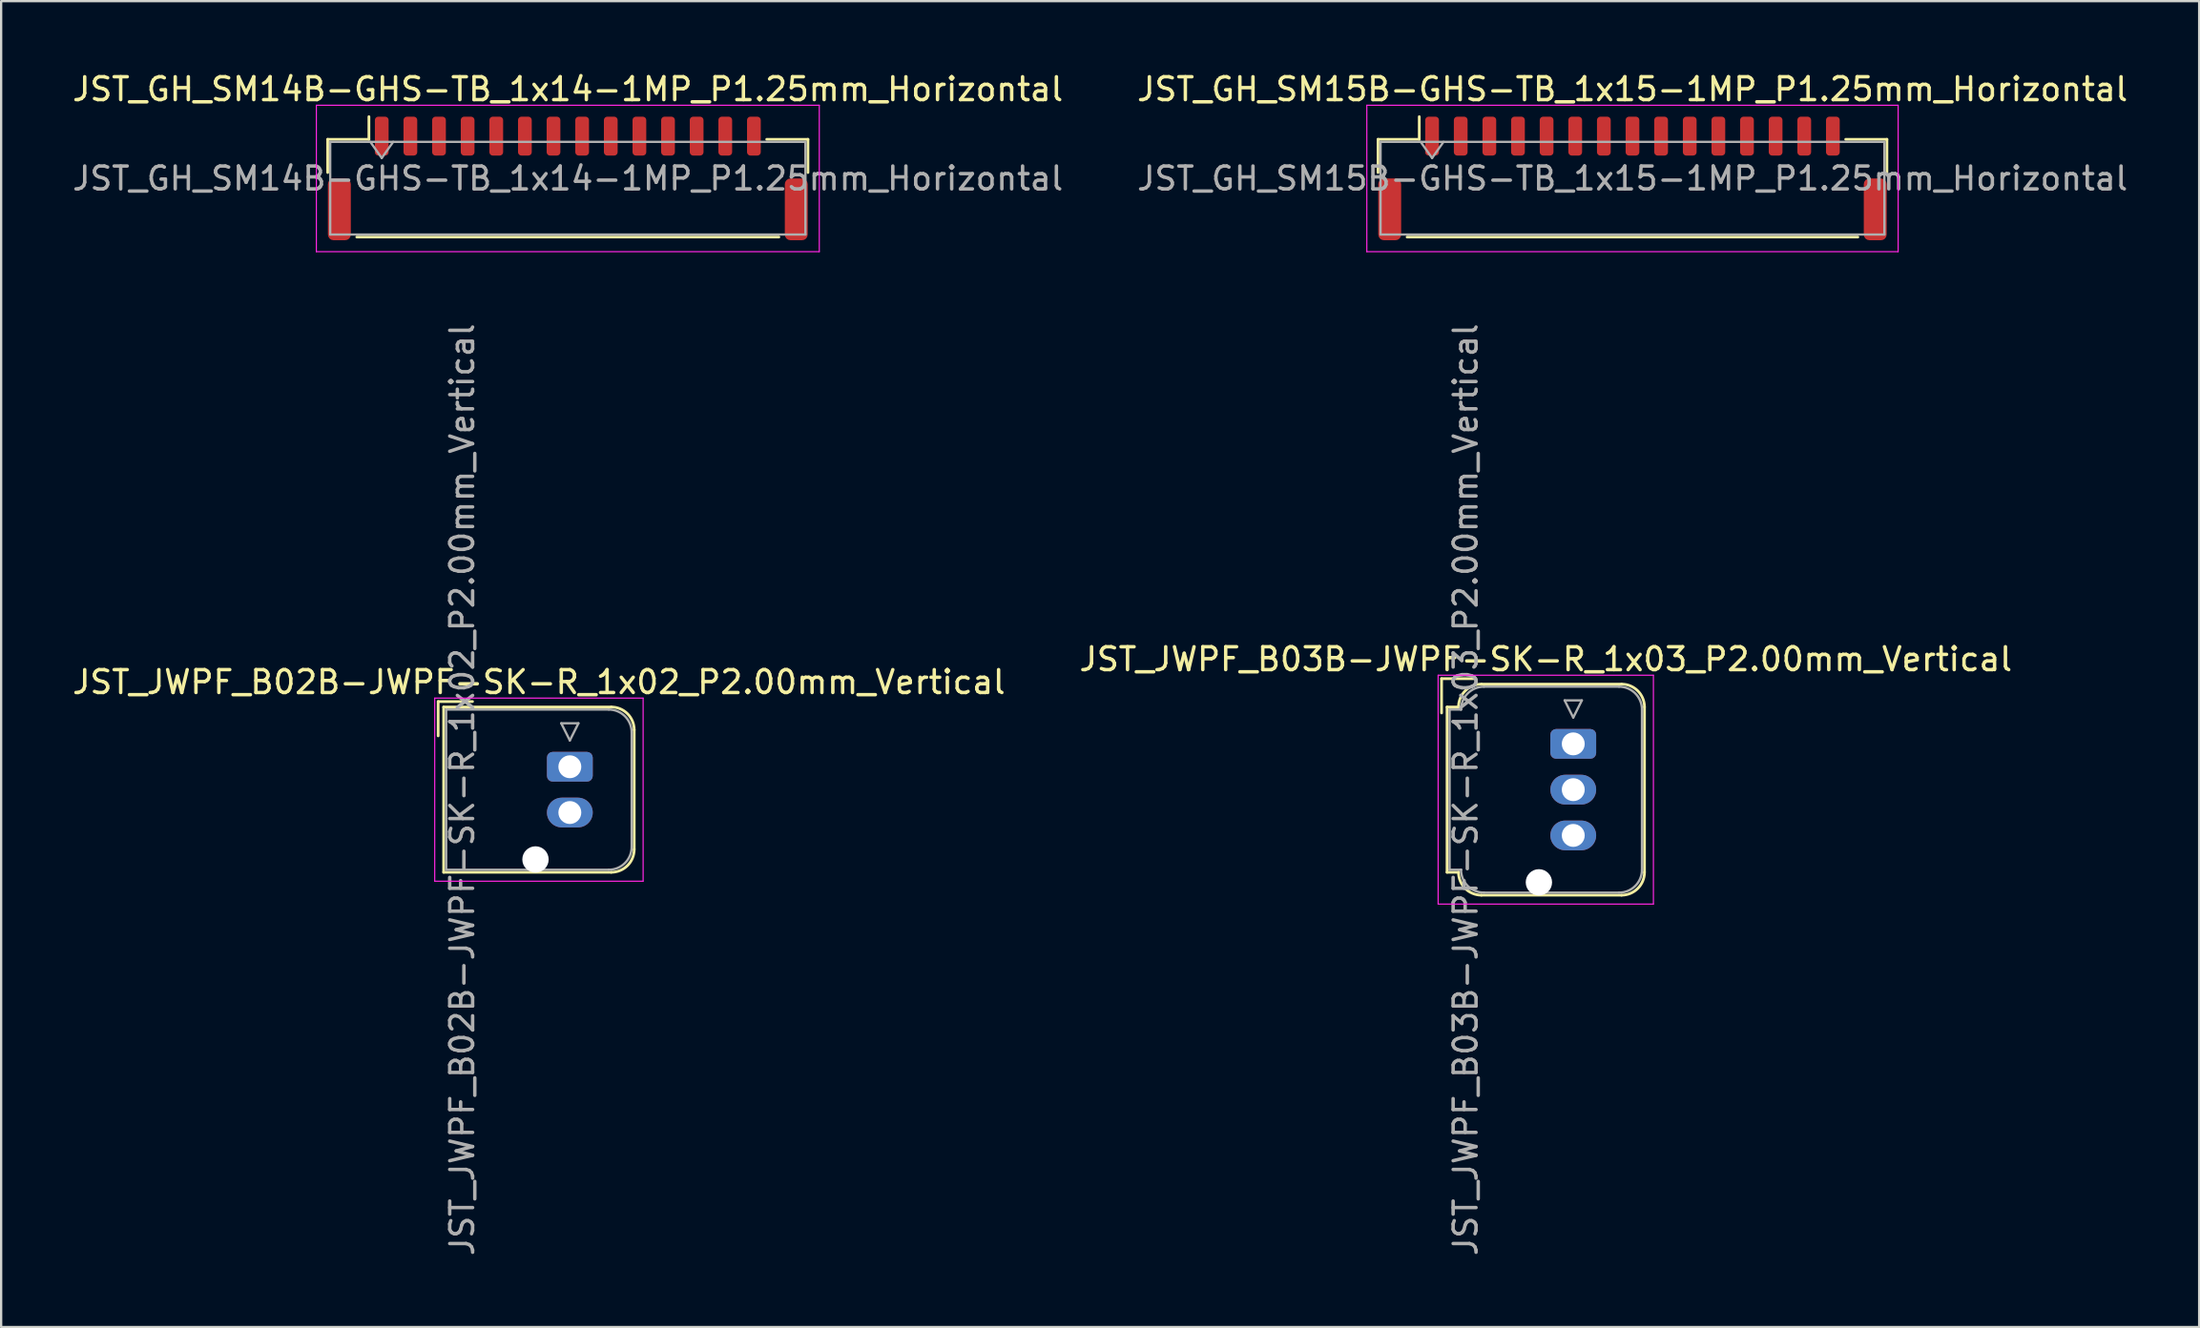
<source format=kicad_pcb>
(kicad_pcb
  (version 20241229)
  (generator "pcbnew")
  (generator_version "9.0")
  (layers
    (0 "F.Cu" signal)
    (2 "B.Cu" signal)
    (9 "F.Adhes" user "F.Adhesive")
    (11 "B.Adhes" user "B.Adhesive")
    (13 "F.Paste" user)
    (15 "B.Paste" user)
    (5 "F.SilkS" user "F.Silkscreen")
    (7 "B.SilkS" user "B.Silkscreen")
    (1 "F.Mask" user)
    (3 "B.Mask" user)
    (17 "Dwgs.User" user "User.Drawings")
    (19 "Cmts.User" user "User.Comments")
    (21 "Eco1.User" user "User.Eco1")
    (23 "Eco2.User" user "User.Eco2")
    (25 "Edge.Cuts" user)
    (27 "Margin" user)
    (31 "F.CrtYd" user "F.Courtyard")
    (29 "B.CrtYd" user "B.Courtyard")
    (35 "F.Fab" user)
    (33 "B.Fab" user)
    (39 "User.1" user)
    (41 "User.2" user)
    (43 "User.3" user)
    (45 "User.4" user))
  (footprint "JST_JWPF_B02B-JWPF-SK-R_1x02_P2.00mm_Vertical"
    (layer "F.Cu")
    (at 21.832 30.455)
    (property "Reference" "JST_JWPF_B02B-JWPF-SK-R_1x02_P2.00mm_Vertical" (at -1.35 -3.7 0) (layer "F.SilkS") (effects (font (size 1 1) (thickness 0.15))))
    (attr through_hole)
    (fp_line (start -5.75 -2.85) (end -4.25 -2.85) (stroke (width 0.12) (type solid)) (layer "F.SilkS"))
    (fp_line (start -5.75 -1.35) (end -5.75 -2.85) (stroke (width 0.12) (type solid)) (layer "F.SilkS"))
    (fp_line (start -5.51 -2.61) (end -5.51 4.61) (stroke (width 0.12) (type solid)) (layer "F.SilkS"))
    (fp_line (start -5.51 4.61) (end 1.81 4.61) (stroke (width 0.12) (type solid)) (layer "F.SilkS"))
    (fp_line (start 1.81 -2.61) (end -5.51 -2.61) (stroke (width 0.12) (type solid)) (layer "F.SilkS"))
    (fp_line (start 2.81 -1.61) (end 2.81 3.61) (stroke (width 0.12) (type solid)) (layer "F.SilkS"))
    (fp_arc (start 1.81 -2.61) (mid 2.517107 -2.317107) (end 2.81 -1.61) (stroke (width 0.12) (type solid)) (layer "F.SilkS"))
    (fp_arc (start 2.81 3.61) (mid 2.517107 4.317107) (end 1.81 4.61) (stroke (width 0.12) (type solid)) (layer "F.SilkS"))
    (fp_line (start -5.9 -3) (end -5.9 5) (stroke (width 0.05) (type solid)) (layer "F.CrtYd"))
    (fp_line (start -5.9 5) (end 3.2 5) (stroke (width 0.05) (type solid)) (layer "F.CrtYd"))
    (fp_line (start 3.2 -3) (end -5.9 -3) (stroke (width 0.05) (type solid)) (layer "F.CrtYd"))
    (fp_line (start 3.2 5) (end 3.2 -3) (stroke (width 0.05) (type solid)) (layer "F.CrtYd"))
    (fp_line (start -5.4 -2.5) (end -5.4 4.5) (stroke (width 0.1) (type solid)) (layer "F.Fab"))
    (fp_line (start -5.4 4.5) (end 1.7 4.5) (stroke (width 0.1) (type solid)) (layer "F.Fab"))
    (fp_line (start -0.375 -1.9) (end 0.375 -1.9) (stroke (width 0.1) (type solid)) (layer "F.Fab"))
    (fp_line (start 0 -1.15) (end -0.375 -1.9) (stroke (width 0.1) (type solid)) (layer "F.Fab"))
    (fp_line (start 0.375 -1.9) (end 0 -1.15) (stroke (width 0.1) (type solid)) (layer "F.Fab"))
    (fp_line (start 1.7 -2.5) (end -5.4 -2.5) (stroke (width 0.1) (type solid)) (layer "F.Fab"))
    (fp_line (start 2.7 -1.5) (end 2.7 3.5) (stroke (width 0.1) (type solid)) (layer "F.Fab"))
    (fp_arc (start 1.7 -2.5) (mid 2.407107 -2.207107) (end 2.7 -1.5) (stroke (width 0.1) (type solid)) (layer "F.Fab"))
    (fp_arc (start 2.7 3.5) (mid 2.407107 4.207107) (end 1.7 4.5) (stroke (width 0.1) (type solid)) (layer "F.Fab"))
    (fp_text user "${REFERENCE}" (at -4.7 1 90) (layer "F.Fab") (effects (font (size 1 1) (thickness 0.15))))
    (pad "" np_thru_hole circle (at -1.5 4.05) (size 1.15 1.15) (drill 1.15) (layers "*.Cu" "*.Mask"))
    (pad "1" thru_hole roundrect (at 0 0) (size 2 1.3) (drill 1) (layers "*.Cu" "*.Mask") (roundrect_rratio 0.192))
    (pad "2" thru_hole oval (at 0 2) (size 2 1.3) (drill 1) (layers "*.Cu" "*.Mask")))
  (footprint "JST_GH_SM15B-GHS-TB_1x15-1MP_P1.25mm_Horizontal"
    (layer "F.Cu")
    (at 68.232 4.748)
    (property "Reference" "JST_GH_SM15B-GHS-TB_1x15-1MP_P1.25mm_Horizontal" (at 0 -3.9 0) (layer "F.SilkS") (effects (font (size 1 1) (thickness 0.15))))
    (attr smd)
    (fp_line (start -11.11 -1.71) (end -9.31 -1.71) (stroke (width 0.12) (type solid)) (layer "F.SilkS"))
    (fp_line (start -11.11 -0.26) (end -11.11 -1.71) (stroke (width 0.12) (type solid)) (layer "F.SilkS"))
    (fp_line (start -9.84 2.56) (end 9.84 2.56) (stroke (width 0.12) (type solid)) (layer "F.SilkS"))
    (fp_line (start -9.31 -1.71) (end -9.31 -2.7) (stroke (width 0.12) (type solid)) (layer "F.SilkS"))
    (fp_line (start 11.11 -1.71) (end 9.31 -1.71) (stroke (width 0.12) (type solid)) (layer "F.SilkS"))
    (fp_line (start 11.11 -0.26) (end 11.11 -1.71) (stroke (width 0.12) (type solid)) (layer "F.SilkS"))
    (fp_line (start -11.6 -3.2) (end -11.6 3.2) (stroke (width 0.05) (type solid)) (layer "F.CrtYd"))
    (fp_line (start -11.6 3.2) (end 11.6 3.2) (stroke (width 0.05) (type solid)) (layer "F.CrtYd"))
    (fp_line (start 11.6 -3.2) (end -11.6 -3.2) (stroke (width 0.05) (type solid)) (layer "F.CrtYd"))
    (fp_line (start 11.6 3.2) (end 11.6 -3.2) (stroke (width 0.05) (type solid)) (layer "F.CrtYd"))
    (fp_line (start -11 -1.6) (end -11 2.45) (stroke (width 0.1) (type solid)) (layer "F.Fab"))
    (fp_line (start -11 -1.6) (end 11 -1.6) (stroke (width 0.1) (type solid)) (layer "F.Fab"))
    (fp_line (start -11 2.45) (end 11 2.45) (stroke (width 0.1) (type solid)) (layer "F.Fab"))
    (fp_line (start -9.25 -1.6) (end -8.75 -0.893) (stroke (width 0.1) (type solid)) (layer "F.Fab"))
    (fp_line (start -8.75 -0.893) (end -8.25 -1.6) (stroke (width 0.1) (type solid)) (layer "F.Fab"))
    (fp_line (start 11 -1.6) (end 11 2.45) (stroke (width 0.1) (type solid)) (layer "F.Fab"))
    (fp_text user "${REFERENCE}" (at 0 0 0) (layer "F.Fab") (effects (font (size 1 1) (thickness 0.15))))
    (pad "1" smd roundrect (at -8.75 -1.85) (size 0.6 1.7) (layers "F.Cu" "F.Mask" "F.Paste") (roundrect_rratio 0.25))
    (pad "2" smd roundrect (at -7.5 -1.85) (size 0.6 1.7) (layers "F.Cu" "F.Mask" "F.Paste") (roundrect_rratio 0.25))
    (pad "3" smd roundrect (at -6.25 -1.85) (size 0.6 1.7) (layers "F.Cu" "F.Mask" "F.Paste") (roundrect_rratio 0.25))
    (pad "4" smd roundrect (at -5 -1.85) (size 0.6 1.7) (layers "F.Cu" "F.Mask" "F.Paste") (roundrect_rratio 0.25))
    (pad "5" smd roundrect (at -3.75 -1.85) (size 0.6 1.7) (layers "F.Cu" "F.Mask" "F.Paste") (roundrect_rratio 0.25))
    (pad "6" smd roundrect (at -2.5 -1.85) (size 0.6 1.7) (layers "F.Cu" "F.Mask" "F.Paste") (roundrect_rratio 0.25))
    (pad "7" smd roundrect (at -1.25 -1.85) (size 0.6 1.7) (layers "F.Cu" "F.Mask" "F.Paste") (roundrect_rratio 0.25))
    (pad "8" smd roundrect (at 0 -1.85) (size 0.6 1.7) (layers "F.Cu" "F.Mask" "F.Paste") (roundrect_rratio 0.25))
    (pad "9" smd roundrect (at 1.25 -1.85) (size 0.6 1.7) (layers "F.Cu" "F.Mask" "F.Paste") (roundrect_rratio 0.25))
    (pad "10" smd roundrect (at 2.5 -1.85) (size 0.6 1.7) (layers "F.Cu" "F.Mask" "F.Paste") (roundrect_rratio 0.25))
    (pad "11" smd roundrect (at 3.75 -1.85) (size 0.6 1.7) (layers "F.Cu" "F.Mask" "F.Paste") (roundrect_rratio 0.25))
    (pad "12" smd roundrect (at 5 -1.85) (size 0.6 1.7) (layers "F.Cu" "F.Mask" "F.Paste") (roundrect_rratio 0.25))
    (pad "13" smd roundrect (at 6.25 -1.85) (size 0.6 1.7) (layers "F.Cu" "F.Mask" "F.Paste") (roundrect_rratio 0.25))
    (pad "14" smd roundrect (at 7.5 -1.85) (size 0.6 1.7) (layers "F.Cu" "F.Mask" "F.Paste") (roundrect_rratio 0.25))
    (pad "15" smd roundrect (at 8.75 -1.85) (size 0.6 1.7) (layers "F.Cu" "F.Mask" "F.Paste") (roundrect_rratio 0.25))
    (pad "MP" smd roundrect (at -10.6 1.35) (size 1 2.7) (layers "F.Cu" "F.Mask" "F.Paste") (roundrect_rratio 0.25))
    (pad "MP" smd roundrect (at 10.6 1.35) (size 1 2.7) (layers "F.Cu" "F.Mask" "F.Paste") (roundrect_rratio 0.25)))
  (footprint "JST_JWPF_B03B-JWPF-SK-R_1x03_P2.00mm_Vertical"
    (layer "F.Cu")
    (at 65.646 29.455)
    (property "Reference" "JST_JWPF_B03B-JWPF-SK-R_1x03_P2.00mm_Vertical" (at -1.2 -3.7 0) (layer "F.SilkS") (effects (font (size 1 1) (thickness 0.15))))
    (attr through_hole)
    (fp_line (start -5.75 -2.85) (end -4.25 -2.85) (stroke (width 0.12) (type solid)) (layer "F.SilkS"))
    (fp_line (start -5.75 -1.35) (end -5.75 -2.85) (stroke (width 0.12) (type solid)) (layer "F.SilkS"))
    (fp_line (start -5.51 -1.61) (end -5.51 5.61) (stroke (width 0.12) (type solid)) (layer "F.SilkS"))
    (fp_line (start -5.51 5.61) (end -5.01 5.61) (stroke (width 0.12) (type solid)) (layer "F.SilkS"))
    (fp_line (start -5.01 -1.61) (end -5.51 -1.61) (stroke (width 0.12) (type solid)) (layer "F.SilkS"))
    (fp_line (start -5.01 -1.61) (end -5.01 -1.61) (stroke (width 0.12) (type solid)) (layer "F.SilkS"))
    (fp_line (start -5.01 5.61) (end -5.01 5.61) (stroke (width 0.12) (type solid)) (layer "F.SilkS"))
    (fp_line (start -4.01 -2.61) (end 2.11 -2.61) (stroke (width 0.12) (type solid)) (layer "F.SilkS"))
    (fp_line (start -4.01 6.61) (end 2.11 6.61) (stroke (width 0.12) (type solid)) (layer "F.SilkS"))
    (fp_line (start 3.11 -1.61) (end 3.11 5.61) (stroke (width 0.12) (type solid)) (layer "F.SilkS"))
    (fp_arc (start -5.01 -1.61) (mid -4.717107 -2.317107) (end -4.01 -2.61) (stroke (width 0.12) (type solid)) (layer "F.SilkS"))
    (fp_arc (start -4.01 6.61) (mid -4.717107 6.317107) (end -5.01 5.61) (stroke (width 0.12) (type solid)) (layer "F.SilkS"))
    (fp_arc (start 2.11 -2.61) (mid 2.817107 -2.317107) (end 3.11 -1.61) (stroke (width 0.12) (type solid)) (layer "F.SilkS"))
    (fp_arc (start 3.11 5.61) (mid 2.817107 6.317107) (end 2.11 6.61) (stroke (width 0.12) (type solid)) (layer "F.SilkS"))
    (fp_line (start -5.9 -3) (end -5.9 7) (stroke (width 0.05) (type solid)) (layer "F.CrtYd"))
    (fp_line (start -5.9 7) (end 3.5 7) (stroke (width 0.05) (type solid)) (layer "F.CrtYd"))
    (fp_line (start 3.5 -3) (end -5.9 -3) (stroke (width 0.05) (type solid)) (layer "F.CrtYd"))
    (fp_line (start 3.5 7) (end 3.5 -3) (stroke (width 0.05) (type solid)) (layer "F.CrtYd"))
    (fp_line (start -5.4 -1.5) (end -5.4 5.5) (stroke (width 0.1) (type solid)) (layer "F.Fab"))
    (fp_line (start -5.4 5.5) (end -4.9 5.5) (stroke (width 0.1) (type solid)) (layer "F.Fab"))
    (fp_line (start -4.9 -1.5) (end -5.4 -1.5) (stroke (width 0.1) (type solid)) (layer "F.Fab"))
    (fp_line (start -4.9 -1.5) (end -4.9 -1.5) (stroke (width 0.1) (type solid)) (layer "F.Fab"))
    (fp_line (start -4.9 5.5) (end -4.9 5.5) (stroke (width 0.1) (type solid)) (layer "F.Fab"))
    (fp_line (start -3.9 -2.5) (end 2 -2.5) (stroke (width 0.1) (type solid)) (layer "F.Fab"))
    (fp_line (start -3.9 6.5) (end 2 6.5) (stroke (width 0.1) (type solid)) (layer "F.Fab"))
    (fp_line (start -0.375 -1.9) (end 0.375 -1.9) (stroke (width 0.1) (type solid)) (layer "F.Fab"))
    (fp_line (start 0 -1.15) (end -0.375 -1.9) (stroke (width 0.1) (type solid)) (layer "F.Fab"))
    (fp_line (start 0.375 -1.9) (end 0 -1.15) (stroke (width 0.1) (type solid)) (layer "F.Fab"))
    (fp_line (start 3 -1.5) (end 3 5.5) (stroke (width 0.1) (type solid)) (layer "F.Fab"))
    (fp_arc (start -4.9 -1.5) (mid -4.607107 -2.207107) (end -3.9 -2.5) (stroke (width 0.1) (type solid)) (layer "F.Fab"))
    (fp_arc (start -3.9 6.5) (mid -4.607107 6.207107) (end -4.9 5.5) (stroke (width 0.1) (type solid)) (layer "F.Fab"))
    (fp_arc (start 2 -2.5) (mid 2.707107 -2.207107) (end 3 -1.5) (stroke (width 0.1) (type solid)) (layer "F.Fab"))
    (fp_arc (start 3 5.5) (mid 2.707107 6.207107) (end 2 6.5) (stroke (width 0.1) (type solid)) (layer "F.Fab"))
    (fp_text user "${REFERENCE}" (at -4.7 2 90) (layer "F.Fab") (effects (font (size 1 1) (thickness 0.15))))
    (pad "" np_thru_hole circle (at -1.5 6.05) (size 1.15 1.15) (drill 1.15) (layers "*.Cu" "*.Mask"))
    (pad "1" thru_hole roundrect (at 0 0) (size 2 1.3) (drill 1) (layers "*.Cu" "*.Mask") (roundrect_rratio 0.192))
    (pad "2" thru_hole oval (at 0 2) (size 2 1.3) (drill 1) (layers "*.Cu" "*.Mask"))
    (pad "3" thru_hole oval (at 0 4) (size 2 1.3) (drill 1) (layers "*.Cu" "*.Mask")))
  (footprint "JST_GH_SM14B-GHS-TB_1x14-1MP_P1.25mm_Horizontal"
    (layer "F.Cu")
    (at 21.744 4.748)
    (property "Reference" "JST_GH_SM14B-GHS-TB_1x14-1MP_P1.25mm_Horizontal" (at 0 -3.9 0) (layer "F.SilkS") (effects (font (size 1 1) (thickness 0.15))))
    (attr smd)
    (fp_line (start -10.485 -1.71) (end -8.685 -1.71) (stroke (width 0.12) (type solid)) (layer "F.SilkS"))
    (fp_line (start -10.485 -0.26) (end -10.485 -1.71) (stroke (width 0.12) (type solid)) (layer "F.SilkS"))
    (fp_line (start -9.215 2.56) (end 9.215 2.56) (stroke (width 0.12) (type solid)) (layer "F.SilkS"))
    (fp_line (start -8.685 -1.71) (end -8.685 -2.7) (stroke (width 0.12) (type solid)) (layer "F.SilkS"))
    (fp_line (start 10.485 -1.71) (end 8.685 -1.71) (stroke (width 0.12) (type solid)) (layer "F.SilkS"))
    (fp_line (start 10.485 -0.26) (end 10.485 -1.71) (stroke (width 0.12) (type solid)) (layer "F.SilkS"))
    (fp_line (start -10.98 -3.2) (end -10.98 3.2) (stroke (width 0.05) (type solid)) (layer "F.CrtYd"))
    (fp_line (start -10.98 3.2) (end 10.98 3.2) (stroke (width 0.05) (type solid)) (layer "F.CrtYd"))
    (fp_line (start 10.98 -3.2) (end -10.98 -3.2) (stroke (width 0.05) (type solid)) (layer "F.CrtYd"))
    (fp_line (start 10.98 3.2) (end 10.98 -3.2) (stroke (width 0.05) (type solid)) (layer "F.CrtYd"))
    (fp_line (start -10.375 -1.6) (end -10.375 2.45) (stroke (width 0.1) (type solid)) (layer "F.Fab"))
    (fp_line (start -10.375 -1.6) (end 10.375 -1.6) (stroke (width 0.1) (type solid)) (layer "F.Fab"))
    (fp_line (start -10.375 2.45) (end 10.375 2.45) (stroke (width 0.1) (type solid)) (layer "F.Fab"))
    (fp_line (start -8.625 -1.6) (end -8.125 -0.893) (stroke (width 0.1) (type solid)) (layer "F.Fab"))
    (fp_line (start -8.125 -0.893) (end -7.625 -1.6) (stroke (width 0.1) (type solid)) (layer "F.Fab"))
    (fp_line (start 10.375 -1.6) (end 10.375 2.45) (stroke (width 0.1) (type solid)) (layer "F.Fab"))
    (fp_text user "${REFERENCE}" (at 0 0 0) (layer "F.Fab") (effects (font (size 1 1) (thickness 0.15))))
    (pad "1" smd roundrect (at -8.125 -1.85) (size 0.6 1.7) (layers "F.Cu" "F.Mask" "F.Paste") (roundrect_rratio 0.25))
    (pad "2" smd roundrect (at -6.875 -1.85) (size 0.6 1.7) (layers "F.Cu" "F.Mask" "F.Paste") (roundrect_rratio 0.25))
    (pad "3" smd roundrect (at -5.625 -1.85) (size 0.6 1.7) (layers "F.Cu" "F.Mask" "F.Paste") (roundrect_rratio 0.25))
    (pad "4" smd roundrect (at -4.375 -1.85) (size 0.6 1.7) (layers "F.Cu" "F.Mask" "F.Paste") (roundrect_rratio 0.25))
    (pad "5" smd roundrect (at -3.125 -1.85) (size 0.6 1.7) (layers "F.Cu" "F.Mask" "F.Paste") (roundrect_rratio 0.25))
    (pad "6" smd roundrect (at -1.875 -1.85) (size 0.6 1.7) (layers "F.Cu" "F.Mask" "F.Paste") (roundrect_rratio 0.25))
    (pad "7" smd roundrect (at -0.625 -1.85) (size 0.6 1.7) (layers "F.Cu" "F.Mask" "F.Paste") (roundrect_rratio 0.25))
    (pad "8" smd roundrect (at 0.625 -1.85) (size 0.6 1.7) (layers "F.Cu" "F.Mask" "F.Paste") (roundrect_rratio 0.25))
    (pad "9" smd roundrect (at 1.875 -1.85) (size 0.6 1.7) (layers "F.Cu" "F.Mask" "F.Paste") (roundrect_rratio 0.25))
    (pad "10" smd roundrect (at 3.125 -1.85) (size 0.6 1.7) (layers "F.Cu" "F.Mask" "F.Paste") (roundrect_rratio 0.25))
    (pad "11" smd roundrect (at 4.375 -1.85) (size 0.6 1.7) (layers "F.Cu" "F.Mask" "F.Paste") (roundrect_rratio 0.25))
    (pad "12" smd roundrect (at 5.625 -1.85) (size 0.6 1.7) (layers "F.Cu" "F.Mask" "F.Paste") (roundrect_rratio 0.25))
    (pad "13" smd roundrect (at 6.875 -1.85) (size 0.6 1.7) (layers "F.Cu" "F.Mask" "F.Paste") (roundrect_rratio 0.25))
    (pad "14" smd roundrect (at 8.125 -1.85) (size 0.6 1.7) (layers "F.Cu" "F.Mask" "F.Paste") (roundrect_rratio 0.25))
    (pad "MP" smd roundrect (at -9.975 1.35) (size 1 2.7) (layers "F.Cu" "F.Mask" "F.Paste") (roundrect_rratio 0.25))
    (pad "MP" smd roundrect (at 9.975 1.35) (size 1 2.7) (layers "F.Cu" "F.Mask" "F.Paste") (roundrect_rratio 0.25)))
  (gr_rect
    (start -3 -3)
    (end 92.976 54.938)
    (stroke (width 0.1) (type default))
    (fill no)
    (layer "Edge.Cuts")))
</source>
